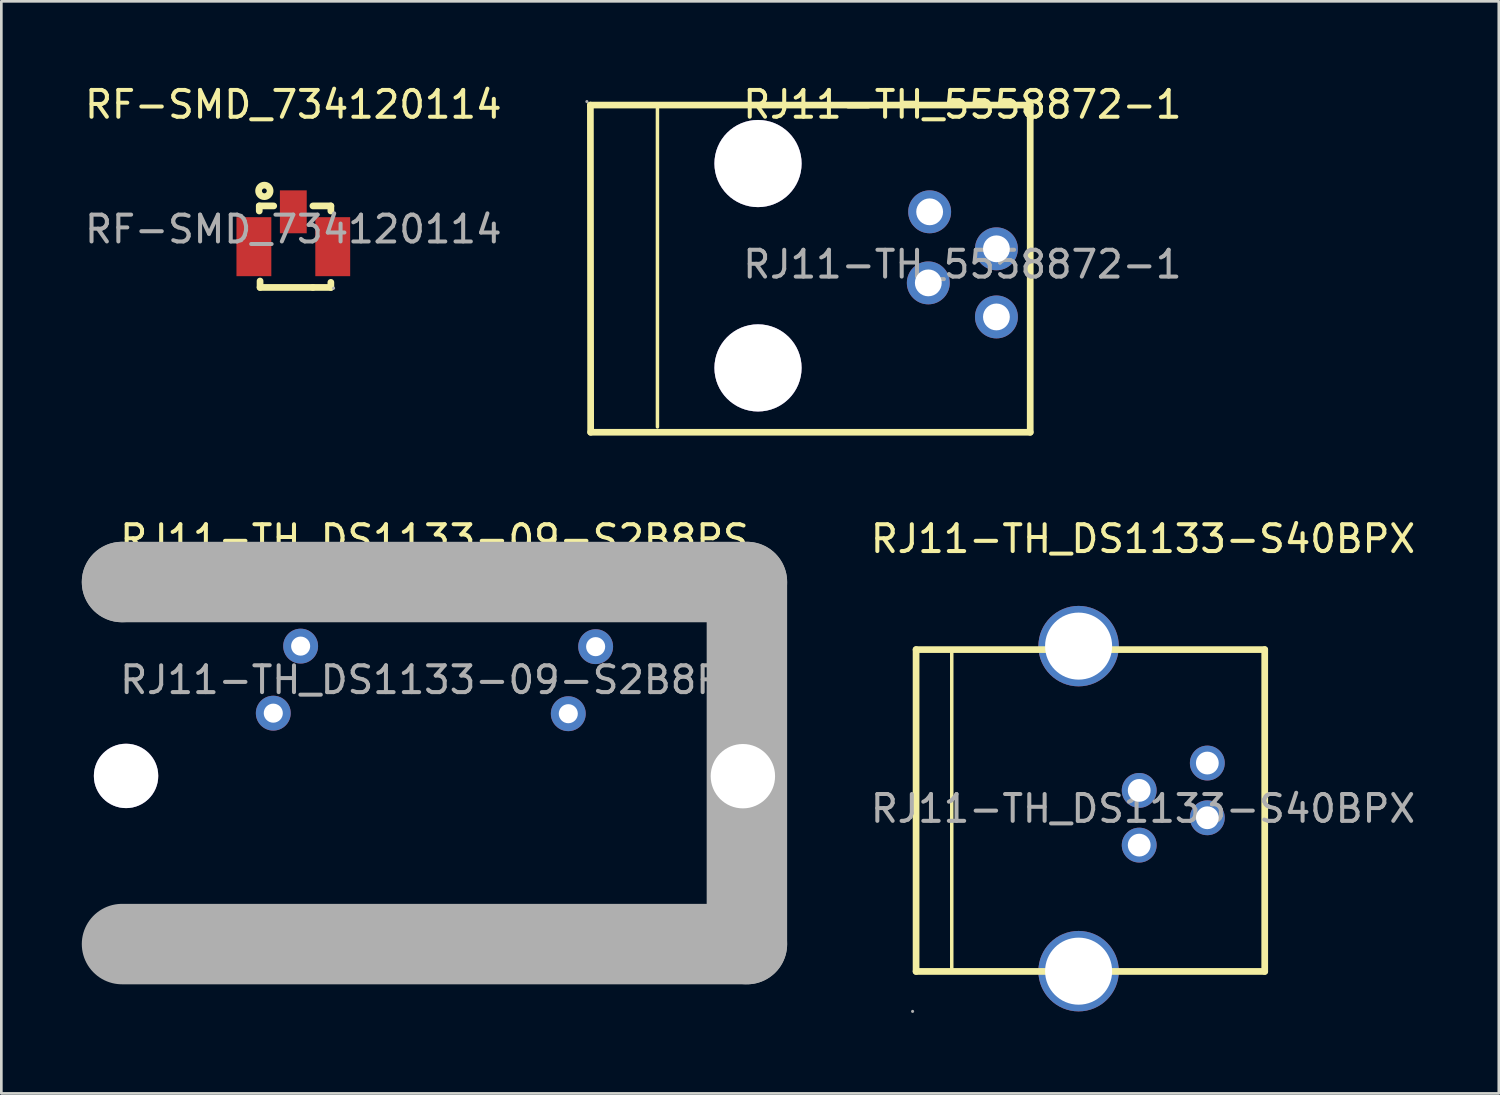
<source format=kicad_pcb>
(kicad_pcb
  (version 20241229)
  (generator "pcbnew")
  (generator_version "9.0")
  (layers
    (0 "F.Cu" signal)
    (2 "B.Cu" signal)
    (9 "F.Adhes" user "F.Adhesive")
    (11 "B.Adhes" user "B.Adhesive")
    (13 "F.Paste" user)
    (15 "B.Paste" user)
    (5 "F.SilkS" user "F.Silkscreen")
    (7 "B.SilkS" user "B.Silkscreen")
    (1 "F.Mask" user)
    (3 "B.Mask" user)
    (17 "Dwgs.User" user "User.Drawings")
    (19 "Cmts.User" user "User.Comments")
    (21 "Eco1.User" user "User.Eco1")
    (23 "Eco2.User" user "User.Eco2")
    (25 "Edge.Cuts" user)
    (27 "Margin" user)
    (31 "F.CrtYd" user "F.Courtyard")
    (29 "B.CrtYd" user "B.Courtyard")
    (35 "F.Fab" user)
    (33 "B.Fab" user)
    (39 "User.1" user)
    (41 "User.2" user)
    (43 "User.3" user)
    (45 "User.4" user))
  (footprint "RJ11-TH_5558872-1"
    (layer "F.Cu")
    (at 32.834 6.808)
    (property "Reference" "RJ11-TH_5558872-1" (at 0 -5.96 0) (layer "F.SilkS") (effects (font (size 1 1) (thickness 0.15))))
    (attr through_hole)
    (fp_line (start -13.87 -5.94) (end 2.53 -5.94) (stroke (width 0.25) (type solid)) (layer "F.SilkS"))
    (fp_line (start -13.86 6.26) (end -13.87 -5.94) (stroke (width 0.25) (type solid)) (layer "F.SilkS"))
    (fp_line (start -11.37 6.06) (end -11.37 -5.94) (stroke (width 0.13) (type solid)) (layer "F.SilkS"))
    (fp_line (start 2.53 -5.94) (end 2.53 -5.44) (stroke (width 0.25) (type solid)) (layer "F.SilkS"))
    (fp_line (start 2.53 -5.44) (end 2.53 6.26) (stroke (width 0.25) (type solid)) (layer "F.SilkS"))
    (fp_line (start 2.53 6.26) (end -13.86 6.26) (stroke (width 0.25) (type solid)) (layer "F.SilkS"))
    (fp_circle (center -14 -6.07) (end -13.97 -6.07) (stroke (width 0.06) (type solid)) (fill no) (layer "F.Fab"))
    (fp_circle (center -7.62 -3.76) (end -6.86 -3.76) (stroke (width 1.52) (type solid)) (fill no) (layer "F.Fab"))
    (fp_circle (center -7.62 3.86) (end -6.86 3.86) (stroke (width 1.52) (type solid)) (fill no) (layer "F.Fab"))
    (fp_circle (center -1.27 0.69) (end -1.07 0.69) (stroke (width 0.4) (type solid)) (fill no) (layer "F.Fab"))
    (fp_circle (center -1.22 -1.96) (end -1.02 -1.96) (stroke (width 0.4) (type solid)) (fill no) (layer "F.Fab"))
    (fp_circle (center 1.27 -0.58) (end 1.47 -0.58) (stroke (width 0.4) (type solid)) (fill no) (layer "F.Fab"))
    (fp_circle (center 1.27 1.96) (end 1.47 1.96) (stroke (width 0.4) (type solid)) (fill no) (layer "F.Fab"))
    (fp_text user "${REFERENCE}" (at 0 0 0) (layer "F.Fab") (effects (font (size 1 1) (thickness 0.15))))
    (pad "" thru_hole circle (at -7.62 -3.76) (size 3.25 3.25) (drill 3.25) (layers "*.Cu" "*.Mask"))
    (pad "" thru_hole circle (at -7.62 3.86) (size 3.25 3.25) (drill 3.25) (layers "*.Cu" "*.Mask"))
    (pad "1" thru_hole circle (at -1.22 -1.96 90) (size 1.6 1.6) (drill 1) (layers "*.Cu" "*.Paste" "*.Mask"))
    (pad "2" thru_hole circle (at 1.27 -0.58 90) (size 1.6 1.6) (drill 1) (layers "*.Cu" "*.Paste" "*.Mask"))
    (pad "3" thru_hole circle (at -1.27 0.69 90) (size 1.6 1.6) (drill 1) (layers "*.Cu" "*.Paste" "*.Mask"))
    (pad "4" thru_hole circle (at 1.27 1.96 90) (size 1.6 1.6) (drill 1) (layers "*.Cu" "*.Paste" "*.Mask")))
  (footprint "RJ11-TH_DS1133-09-S2B8PS"
    (layer "F.Cu")
    (at 13.15 22.302)
    (property "Reference" "RJ11-TH_DS1133-09-S2B8PS" (at 0 -5.26 0) (layer "F.SilkS") (effects (font (size 1 1) (thickness 0.15))))
    (attr through_hole)
    (fp_line (start -11.65 -3.65) (end -11.65 -3.65) (stroke (width 3) (type solid)) (layer "F.Fab"))
    (fp_line (start -11.65 -3.65) (end 11.65 -3.65) (stroke (width 3) (type solid)) (layer "F.Fab"))
    (fp_line (start 11.65 -3.65) (end 11.65 9.85) (stroke (width 3) (type solid)) (layer "F.Fab"))
    (fp_line (start 11.65 9.85) (end -11.65 9.85) (stroke (width 3) (type solid)) (layer "F.Fab"))
    (fp_circle (center -13.06 -3.78) (end -13.03 -3.78) (stroke (width 0.06) (type solid)) (fill no) (layer "F.Fab"))
    (fp_circle (center -11.5 3.58) (end -10.95 3.58) (stroke (width 1.1) (type solid)) (fill no) (layer "F.Fab"))
    (fp_circle (center -6.01 1.24) (end -5.88 1.24) (stroke (width 0.26) (type solid)) (fill no) (layer "F.Fab"))
    (fp_circle (center -4.99 -1.26) (end -4.86 -1.26) (stroke (width 0.26) (type solid)) (fill no) (layer "F.Fab"))
    (fp_circle (center 4.99 1.26) (end 5.12 1.26) (stroke (width 0.26) (type solid)) (fill no) (layer "F.Fab"))
    (fp_circle (center 6.01 -1.24) (end 6.14 -1.24) (stroke (width 0.26) (type solid)) (fill no) (layer "F.Fab"))
    (fp_circle (center 11.5 3.59) (end 12.05 3.59) (stroke (width 1.1) (type solid)) (fill no) (layer "F.Fab"))
    (fp_text user "${REFERENCE}" (at 0 0 0) (layer "F.Fab") (effects (font (size 1 1) (thickness 0.15))))
    (pad "" thru_hole circle (at -11.5 3.58) (size 2.4 2.4) (drill 2.4) (layers "*.Cu" "*.Mask"))
    (pad "" thru_hole circle (at 11.5 3.59) (size 2.4 2.4) (drill 2.4) (layers "*.Cu" "*.Mask"))
    (pad "1" thru_hole circle (at -4.99 -1.26 180) (size 1.3 1.3) (drill 0.711) (layers "*.Cu" "*.Paste" "*.Mask"))
    (pad "2" thru_hole circle (at -6.01 1.24 180) (size 1.3 1.3) (drill 0.711) (layers "*.Cu" "*.Paste" "*.Mask"))
    (pad "3" thru_hole circle (at 6.01 -1.24 180) (size 1.3 1.3) (drill 0.711) (layers "*.Cu" "*.Paste" "*.Mask"))
    (pad "4" thru_hole circle (at 4.99 1.26 180) (size 1.3 1.3) (drill 0.711) (layers "*.Cu" "*.Paste" "*.Mask")))
  (footprint "RJ11-TH_DS1133-S40BPX"
    (layer "F.Cu")
    (at 39.568 27.102)
    (property "Reference" "RJ11-TH_DS1133-S40BPX" (at 0 -10.06 0) (layer "F.SilkS") (effects (font (size 1 1) (thickness 0.15))))
    (attr through_hole)
    (fp_line (start -8.46 -5.93) (end 4.54 -5.93) (stroke (width 0.25) (type solid)) (layer "F.SilkS"))
    (fp_line (start -8.46 6.07) (end -8.46 -5.93) (stroke (width 0.25) (type solid)) (layer "F.SilkS"))
    (fp_line (start -7.13 6.07) (end -7.13 -5.93) (stroke (width 0.13) (type solid)) (layer "F.SilkS"))
    (fp_line (start 4.54 -5.93) (end 4.54 6.07) (stroke (width 0.25) (type solid)) (layer "F.SilkS"))
    (fp_line (start 4.54 6.07) (end -8.46 6.07) (stroke (width 0.25) (type solid)) (layer "F.SilkS"))
    (fp_circle (center -8.59 7.56) (end -8.56 7.56) (stroke (width 0.06) (type solid)) (fill no) (layer "F.Fab"))
    (fp_circle (center -2.4 -6.06) (end -1.82 -6.06) (stroke (width 1.15) (type solid)) (fill no) (layer "F.Fab"))
    (fp_circle (center -2.4 6.06) (end -1.82 6.06) (stroke (width 1.15) (type solid)) (fill no) (layer "F.Fab"))
    (fp_circle (center -0.14 -0.68) (end 0.02 -0.68) (stroke (width 0.32) (type solid)) (fill no) (layer "F.Fab"))
    (fp_circle (center -0.14 1.36) (end 0.02 1.36) (stroke (width 0.32) (type solid)) (fill no) (layer "F.Fab"))
    (fp_circle (center 2.4 -1.7) (end 2.56 -1.7) (stroke (width 0.32) (type solid)) (fill no) (layer "F.Fab"))
    (fp_circle (center 2.4 0.34) (end 2.56 0.34) (stroke (width 0.32) (type solid)) (fill no) (layer "F.Fab"))
    (fp_text user "${REFERENCE}" (at 0 0 0) (layer "F.Fab") (effects (font (size 1 1) (thickness 0.15))))
    (pad "1" thru_hole circle (at -0.14 1.36 90) (size 1.3 1.3) (drill 0.85) (layers "*.Cu" "*.Paste" "*.Mask"))
    (pad "2" thru_hole circle (at 2.4 0.34 90) (size 1.3 1.3) (drill 0.85) (layers "*.Cu" "*.Paste" "*.Mask"))
    (pad "3" thru_hole circle (at -0.14 -0.68 90) (size 1.3 1.3) (drill 0.85) (layers "*.Cu" "*.Paste" "*.Mask"))
    (pad "4" thru_hole circle (at 2.4 -1.7 90) (size 1.3 1.3) (drill 0.85) (layers "*.Cu" "*.Paste" "*.Mask"))
    (pad "5" thru_hole circle (at -2.4 6.06 90) (size 3 3) (drill 2.5) (layers "*.Cu" "*.Paste" "*.Mask"))
    (pad "6" thru_hole circle (at -2.4 -6.06 90) (size 3 3) (drill 2.5) (layers "*.Cu" "*.Paste" "*.Mask")))
  (footprint "RF-SMD_734120114"
    (layer "F.Cu")
    (at 7.887 5.498)
    (property "Reference" "RF-SMD_734120114" (at 0 -4.65 0) (layer "F.SilkS") (effects (font (size 1 1) (thickness 0.15))))
    (attr through_hole)
    (fp_line (start -1.27 -0.87) (end -1.27 -0.68) (stroke (width 0.25) (type solid)) (layer "F.SilkS"))
    (fp_line (start -1.27 -0.87) (end -0.73 -0.87) (stroke (width 0.25) (type solid)) (layer "F.SilkS"))
    (fp_line (start -1.24 2.17) (end -1.24 1.93) (stroke (width 0.25) (type solid)) (layer "F.SilkS"))
    (fp_line (start 0.73 -0.87) (end 1.4 -0.87) (stroke (width 0.25) (type solid)) (layer "F.SilkS"))
    (fp_line (start 0.73 2.17) (end -1.24 2.17) (stroke (width 0.25) (type solid)) (layer "F.SilkS"))
    (fp_line (start 1.4 -0.87) (end 1.4 -0.68) (stroke (width 0.25) (type solid)) (layer "F.SilkS"))
    (fp_line (start 1.4 1.98) (end 1.4 2.17) (stroke (width 0.25) (type solid)) (layer "F.SilkS"))
    (fp_line (start 1.4 2.17) (end 0.73 2.17) (stroke (width 0.25) (type solid)) (layer "F.SilkS"))
    (fp_circle (center -1.08 -1.43) (end -0.99 -1.43) (stroke (width 0.25) (type solid)) (fill no) (layer "F.SilkS"))
    (fp_circle (center 1.5 2.2) (end 1.53 2.2) (stroke (width 0.06) (type solid)) (fill no) (layer "F.Fab"))
    (fp_text user "${REFERENCE}" (at 0 0 0) (layer "F.Fab") (effects (font (size 1 1) (thickness 0.15))))
    (pad "1" smd rect (at 0 -0.65) (size 1 1.6) (layers "F.Cu" "F.Mask" "F.Paste"))
    (pad "2" smd rect (at -1.47 0.65) (size 1.3 2.2) (layers "F.Cu" "F.Mask" "F.Paste"))
    (pad "3" smd rect (at 1.47 0.65) (size 1.3 2.2) (layers "F.Cu" "F.Mask" "F.Paste")))
  (gr_rect
    (start -3 -3)
    (end 52.836 37.721)
    (stroke (width 0.1) (type default))
    (fill no)
    (layer "Edge.Cuts")))
</source>
